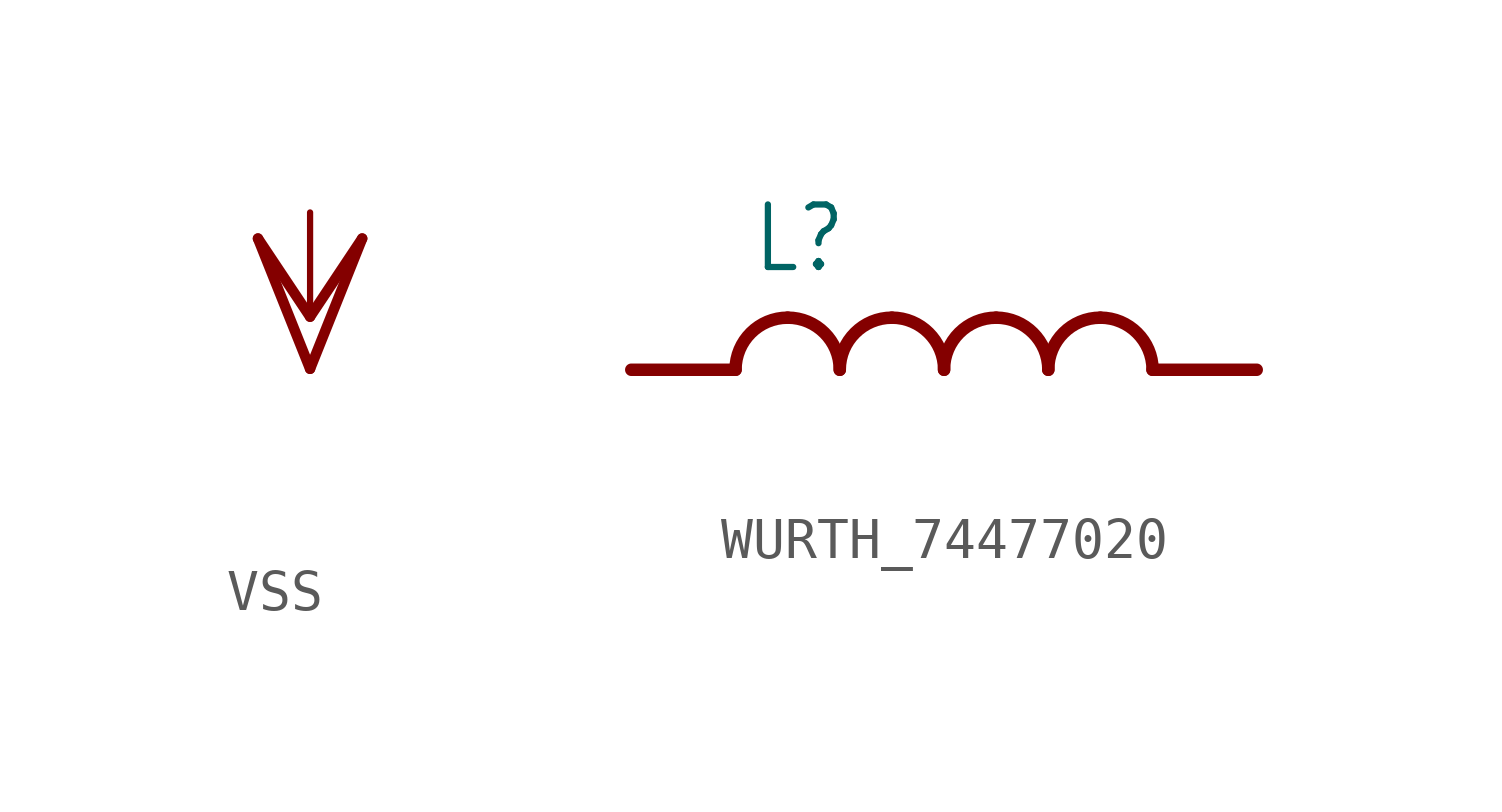
<source format=kicad_sym>
(kicad_symbol_lib
  (version 20231120)
  (generator "kicad_symbol_editor")
  (generator_version "8.0")
  (symbol "VSS"
    (power)
    (property "Reference" "#VSS"
      (at 0 0 0)
      (effects (font (size 1.27 1.27)) (hide yes)))
    (property "Value" ""
      (at -2.54 -5.08 90)
      (effects (font (size 1.778 1.511)) (justify left bottom)))
    (property "ki_locked" ""
      (at 0 0 0)
      (effects (font (size 1.27 1.27))))
    (symbol "VSS_1_0"
      (polyline (pts (xy -1.27 1.905) (xy 0 -1.27)) (stroke (width 0.254) (type solid)) (fill (type none)))
      (polyline (pts (xy -1.27 1.905) (xy 0 0)) (stroke (width 0.254) (type solid)) (fill (type none)))
      (polyline (pts (xy 0 -1.27) (xy 1.27 1.905)) (stroke (width 0.254) (type solid)) (fill (type none)))
      (polyline (pts (xy 0 0) (xy 1.27 1.905)) (stroke (width 0.254) (type solid)) (fill (type none)))
      (pin power_in line (at 0 2.54 270) (length 2.54) (name "VSS" (effects (font (size 0 0)))) (number "1" (effects (font (size 0 0)))))))
  (symbol "WURTH_74477020"
    (property "Reference" "L"
      (at -4.7 2.31 0)
      (effects (font (size 1.524 1.295)) (justify left bottom)))
    (property "Value" ""
      (at -5.08 -2.54 0)
      (effects (font (size 1.524 1.295)) (justify left bottom)))
    (property "ki_locked" ""
      (at 0 0 0)
      (effects (font (size 1.27 1.27))))
    (symbol "WURTH_74477020_1_0"
      (arc (start -3.81 1.27) (mid -4.708 0.898) (end -5.08 0) (stroke (width 0.3048) (type solid)) (fill (type none)))
      (arc (start -2.54 0) (mid -2.912 0.898) (end -3.81 1.27) (stroke (width 0.3048) (type solid)) (fill (type none)))
      (arc (start -1.27 1.27) (mid -2.168 0.898) (end -2.54 0) (stroke (width 0.3048) (type solid)) (fill (type none)))
      (arc (start 0 0) (mid -0.372 0.898) (end -1.27 1.27) (stroke (width 0.3048) (type solid)) (fill (type none)))
      (polyline (pts (xy -5.08 0) (xy -7.62 0)) (stroke (width 0.305) (type solid)) (fill (type none)))
      (polyline (pts (xy 5.08 0) (xy 7.62 0)) (stroke (width 0.305) (type solid)) (fill (type none)))
      (arc (start 1.27 1.27) (mid 0.372 0.898) (end 0 0) (stroke (width 0.3048) (type solid)) (fill (type none)))
      (arc (start 2.54 0) (mid 2.168 0.898) (end 1.27 1.27) (stroke (width 0.3048) (type solid)) (fill (type none)))
      (arc (start 3.81 1.27) (mid 2.912 0.898) (end 2.54 0) (stroke (width 0.3048) (type solid)) (fill (type none)))
      (arc (start 5.08 0) (mid 4.708 0.898) (end 3.81 1.27) (stroke (width 0.3048) (type solid)) (fill (type none)))
      (pin passive line (at -7.62 0 0) (length 2.54) (name "1" (effects (font (size 0 0)))) (number "P$1" (effects (font (size 0 0)))))
      (pin passive line (at 7.62 0 180) (length 2.54) (name "2" (effects (font (size 0 0)))) (number "P$2" (effects (font (size 0 0))))))))
</source>
